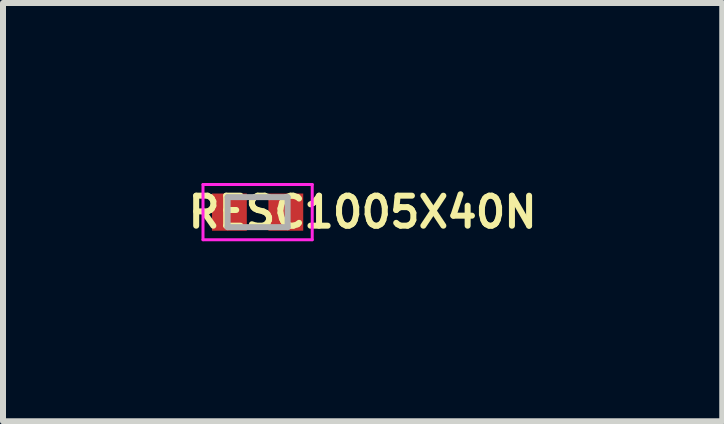
<source format=kicad_pcb>
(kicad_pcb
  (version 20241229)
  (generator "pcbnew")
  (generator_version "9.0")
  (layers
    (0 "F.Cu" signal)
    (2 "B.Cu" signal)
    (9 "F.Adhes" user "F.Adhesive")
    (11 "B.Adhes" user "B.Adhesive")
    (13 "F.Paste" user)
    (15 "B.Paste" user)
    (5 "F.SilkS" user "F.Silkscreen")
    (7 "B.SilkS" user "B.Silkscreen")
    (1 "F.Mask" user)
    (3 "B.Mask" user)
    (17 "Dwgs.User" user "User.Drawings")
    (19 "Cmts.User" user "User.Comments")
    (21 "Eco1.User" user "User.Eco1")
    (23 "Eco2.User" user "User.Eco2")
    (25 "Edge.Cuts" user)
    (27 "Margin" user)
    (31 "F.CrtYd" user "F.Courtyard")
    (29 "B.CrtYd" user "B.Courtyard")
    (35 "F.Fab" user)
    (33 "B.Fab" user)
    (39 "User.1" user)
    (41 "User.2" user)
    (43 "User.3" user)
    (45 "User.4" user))
  (footprint "RESC1005X40N"
    (layer "F.Cu")
    (at 1.243 0.485)
    (property "Reference" "RESC1005X40N" (at 1.75 0 0) (layer "F.SilkS") (effects (font (size 0.5 0.5) (thickness 0.1))))
    (attr smd)
    (fp_line (start -0.91 -0.46) (end 0.91 -0.46) (stroke (width 0.05) (type solid)) (layer "F.CrtYd"))
    (fp_line (start -0.91 0.46) (end -0.91 -0.46) (stroke (width 0.05) (type solid)) (layer "F.CrtYd"))
    (fp_line (start -0.91 0.46) (end 0.91 0.46) (stroke (width 0.05) (type solid)) (layer "F.CrtYd"))
    (fp_line (start 0.91 0.46) (end 0.91 -0.46) (stroke (width 0.05) (type solid)) (layer "F.CrtYd"))
    (fp_line (start -0.5 -0.25) (end 0.5 -0.25) (stroke (width 0.1) (type solid)) (layer "F.Fab"))
    (fp_line (start -0.5 0.25) (end -0.5 -0.25) (stroke (width 0.1) (type solid)) (layer "F.Fab"))
    (fp_line (start -0.5 0.25) (end 0.5 0.25) (stroke (width 0.1) (type solid)) (layer "F.Fab"))
    (fp_line (start 0.5 0.25) (end 0.5 -0.25) (stroke (width 0.1) (type solid)) (layer "F.Fab"))
    (pad "1" smd rect (at -0.47 0 270) (size 0.62 0.58) (layers "F.Cu" "F.Mask" "F.Paste"))
    (pad "2" smd rect (at 0.47 0 270) (size 0.62 0.58) (layers "F.Cu" "F.Mask" "F.Paste")))
  (gr_rect
    (start -3 -3)
    (end 8.986 3.97)
    (stroke (width 0.1) (type default))
    (fill no)
    (layer "Edge.Cuts")))
</source>
